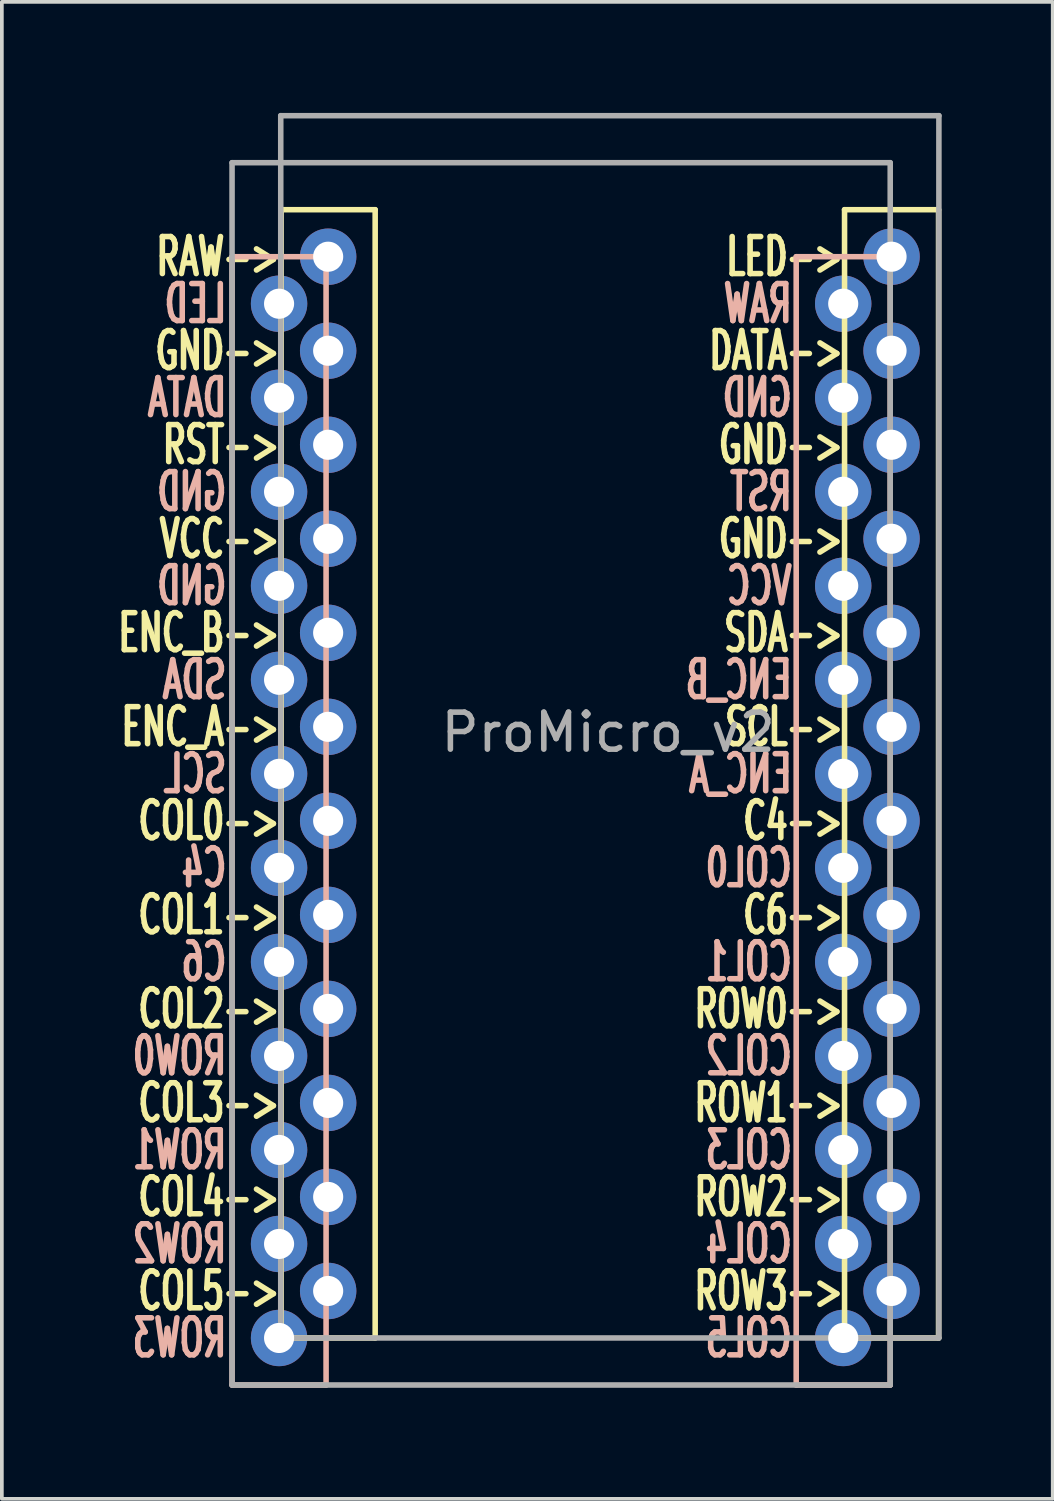
<source format=kicad_pcb>
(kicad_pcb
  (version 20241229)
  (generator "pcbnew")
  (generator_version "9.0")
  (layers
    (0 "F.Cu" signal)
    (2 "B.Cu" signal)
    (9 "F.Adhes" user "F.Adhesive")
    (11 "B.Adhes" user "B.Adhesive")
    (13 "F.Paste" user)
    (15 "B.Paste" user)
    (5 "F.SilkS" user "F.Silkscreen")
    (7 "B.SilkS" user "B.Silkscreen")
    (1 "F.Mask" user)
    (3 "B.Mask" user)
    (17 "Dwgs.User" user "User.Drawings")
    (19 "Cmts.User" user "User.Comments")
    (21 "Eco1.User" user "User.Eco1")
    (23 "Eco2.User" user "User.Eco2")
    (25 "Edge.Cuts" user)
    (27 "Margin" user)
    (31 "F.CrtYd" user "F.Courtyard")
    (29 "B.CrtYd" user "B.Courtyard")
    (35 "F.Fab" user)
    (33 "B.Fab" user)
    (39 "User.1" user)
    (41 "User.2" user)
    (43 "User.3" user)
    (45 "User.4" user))
  (footprint "ProMicro_v2"
    (layer "F.Cu")
    (at 13.379 18.363)
    (property "Reference" "ProMicro_v2" (at 0 -1.63 0) (layer "F.Fab") (effects (font (size 1 1) (thickness 0.15))))
    (attr through_hole)
    (fp_line (start -8.834 -15.748) (end -6.294 -15.748) (stroke (width 0.15) (type solid)) (layer "F.SilkS"))
    (fp_line (start -8.834 14.732) (end -8.834 -15.748) (stroke (width 0.15) (type solid)) (layer "F.SilkS"))
    (fp_line (start -6.294 -15.748) (end -6.294 14.732) (stroke (width 0.15) (type solid)) (layer "F.SilkS"))
    (fp_line (start -6.294 14.732) (end -8.834 14.732) (stroke (width 0.15) (type solid)) (layer "F.SilkS"))
    (fp_line (start 6.386 -15.748) (end 8.926 -15.748) (stroke (width 0.15) (type solid)) (layer "F.SilkS"))
    (fp_line (start 6.386 14.732) (end 6.386 -15.748) (stroke (width 0.15) (type solid)) (layer "F.SilkS"))
    (fp_line (start 8.926 -15.748) (end 8.926 14.732) (stroke (width 0.15) (type solid)) (layer "F.SilkS"))
    (fp_line (start 8.926 14.732) (end 6.386 14.732) (stroke (width 0.15) (type solid)) (layer "F.SilkS"))
    (fp_line (start -10.16 -14.478) (end -7.62 -14.478) (stroke (width 0.15) (type solid)) (layer "B.SilkS"))
    (fp_line (start -10.16 16.002) (end -10.16 -14.478) (stroke (width 0.15) (type solid)) (layer "B.SilkS"))
    (fp_line (start -7.62 -14.478) (end -7.62 16.002) (stroke (width 0.15) (type solid)) (layer "B.SilkS"))
    (fp_line (start -7.62 16.002) (end -10.16 16.002) (stroke (width 0.15) (type solid)) (layer "B.SilkS"))
    (fp_line (start 5.08 -14.478) (end 7.62 -14.478) (stroke (width 0.15) (type solid)) (layer "B.SilkS"))
    (fp_line (start 5.08 16.002) (end 5.08 -14.478) (stroke (width 0.15) (type solid)) (layer "B.SilkS"))
    (fp_line (start 7.62 -14.478) (end 7.62 16.002) (stroke (width 0.15) (type solid)) (layer "B.SilkS"))
    (fp_line (start 7.62 16.002) (end 5.08 16.002) (stroke (width 0.15) (type solid)) (layer "B.SilkS"))
    (fp_line (start -10.16 -17.018) (end 7.62 -17.018) (stroke (width 0.15) (type solid)) (layer "F.Fab"))
    (fp_line (start -10.16 16.002) (end -10.16 -17.018) (stroke (width 0.15) (type solid)) (layer "F.Fab"))
    (fp_line (start -8.845 -18.288) (end 8.935 -18.288) (stroke (width 0.15) (type solid)) (layer "F.Fab"))
    (fp_line (start -8.845 14.732) (end -8.845 -18.288) (stroke (width 0.15) (type solid)) (layer "F.Fab"))
    (fp_line (start 7.62 -17.018) (end 7.62 16.002) (stroke (width 0.15) (type solid)) (layer "F.Fab"))
    (fp_line (start 7.62 16.002) (end -10.16 16.002) (stroke (width 0.15) (type solid)) (layer "F.Fab"))
    (fp_line (start 8.935 -18.288) (end 8.935 14.732) (stroke (width 0.15) (type solid)) (layer "F.Fab"))
    (fp_line (start 8.935 14.732) (end -8.845 14.732) (stroke (width 0.15) (type solid)) (layer "F.Fab"))
    (fp_text user "COL3->" (at -10.786 8.382 0) (layer "F.SilkS") (effects (font (size 1 0.6) (thickness 0.15))))
    (fp_text user "ENC_A->" (at -11.014 -1.778 0) (layer "F.SilkS") (effects (font (size 1 0.6) (thickness 0.15))))
    (fp_text user "ROW2->" (at 4.336 10.922 0) (layer "F.SilkS") (effects (font (size 1 0.6) (thickness 0.15))))
    (fp_text user "SCL->" (at 4.75 -1.778 0) (layer "F.SilkS") (effects (font (size 1 0.6) (thickness 0.15))))
    (fp_text user "ENC_B->" (at -11.057 -4.318 0) (layer "F.SilkS") (effects (font (size 1 0.6) (thickness 0.15))))
    (fp_text user "GND->" (at -10.557 -11.938 0) (layer "F.SilkS") (effects (font (size 1 0.6) (thickness 0.15))))
    (fp_text user "COL2->" (at -10.786 5.842 0) (layer "F.SilkS") (effects (font (size 1 0.6) (thickness 0.15))))
    (fp_text user "ROW0->" (at 4.336 5.842 0) (layer "F.SilkS") (effects (font (size 1 0.6) (thickness 0.15))))
    (fp_text user "GND->" (at 4.664 -9.398 0) (layer "F.SilkS") (effects (font (size 1 0.6) (thickness 0.15))))
    (fp_text user "C6->" (at 4.993 3.302 0) (layer "F.SilkS") (effects (font (size 1 0.6) (thickness 0.15))))
    (fp_text user "ROW3->" (at 4.336 13.462 0) (layer "F.SilkS") (effects (font (size 1 0.6) (thickness 0.15))))
    (fp_text user "VCC->" (at -10.5 -6.858 0) (layer "F.SilkS") (effects (font (size 1 0.6) (thickness 0.15))))
    (fp_text user "COL1->" (at -10.786 3.302 0) (layer "F.SilkS") (effects (font (size 1 0.6) (thickness 0.15))))
    (fp_text user "ROW1->" (at 4.336 8.382 0) (layer "F.SilkS") (effects (font (size 1 0.6) (thickness 0.15))))
    (fp_text user "C4->" (at 4.993 0.762 0) (layer "F.SilkS") (effects (font (size 1 0.6) (thickness 0.15))))
    (fp_text user "COL4->" (at -10.786 10.922 0) (layer "F.SilkS") (effects (font (size 1 0.6) (thickness 0.15))))
    (fp_text user "LED->" (at 4.764 -14.478 0) (layer "F.SilkS") (effects (font (size 1 0.6) (thickness 0.15))))
    (fp_text user "GND->" (at 4.664 -6.858 0) (layer "F.SilkS") (effects (font (size 1 0.6) (thickness 0.15))))
    (fp_text user "SDA->" (at 4.736 -4.318 0) (layer "F.SilkS") (effects (font (size 1 0.6) (thickness 0.15))))
    (fp_text user "COL0->" (at -10.786 0.762 0) (layer "F.SilkS") (effects (font (size 1 0.6) (thickness 0.15))))
    (fp_text user "DATA->" (at 4.536 -11.938 0) (layer "F.SilkS") (effects (font (size 1 0.6) (thickness 0.15))))
    (fp_text user "RST->" (at -10.457 -9.398 0) (layer "F.SilkS") (effects (font (size 1 0.6) (thickness 0.15))))
    (fp_text user "RAW->" (at -10.543 -14.478 0) (layer "F.SilkS") (effects (font (size 1 0.6) (thickness 0.15))))
    (fp_text user "COL5->" (at -10.786 13.462 0) (layer "F.SilkS") (effects (font (size 1 0.6) (thickness 0.15))))
    (fp_text user " " (at -0.5 -17.25 0) (layer "F.SilkS") (effects (font (size 1 1) (thickness 0.15))))
    (fp_text user "COL4" (at 3.798 12.192 0) (layer "B.SilkS") (effects (font (size 1 0.6) (thickness 0.15)) (justify mirror)))
    (fp_text user "ENC_B" (at 3.527 -3.048 0) (layer "B.SilkS") (effects (font (size 1 0.6) (thickness 0.15)) (justify mirror)))
    (fp_text user "DATA" (at -11.378 -10.668 0) (layer "B.SilkS") (effects (font (size 1 0.6) (thickness 0.15)) (justify mirror)))
    (fp_text user "SCL" (at -11.163 -0.508 0) (layer "B.SilkS") (effects (font (size 1 0.6) (thickness 0.15)) (justify mirror)))
    (fp_text user "GND" (at -11.249 -8.128 0) (layer "B.SilkS") (effects (font (size 1 0.6) (thickness 0.15)) (justify mirror)))
    (fp_text user "C4" (at -10.92 2.032 0) (layer "B.SilkS") (effects (font (size 1 0.6) (thickness 0.15)) (justify mirror)))
    (fp_text user "COL5" (at 3.798 14.732 0) (layer "B.SilkS") (effects (font (size 1 0.6) (thickness 0.15)) (justify mirror)))
    (fp_text user "GND" (at -11.249 -5.588 0) (layer "B.SilkS") (effects (font (size 1 0.6) (thickness 0.15)) (justify mirror)))
    (fp_text user "ROW0" (at -11.578 7.112 0) (layer "B.SilkS") (effects (font (size 1 0.6) (thickness 0.15)) (justify mirror)))
    (fp_text user "COL2" (at 3.798 7.112 0) (layer "B.SilkS") (effects (font (size 1 0.6) (thickness 0.15)) (justify mirror)))
    (fp_text user "RST" (at 4.127 -8.128 0) (layer "B.SilkS") (effects (font (size 1 0.6) (thickness 0.15)) (justify mirror)))
    (fp_text user "SDA" (at -11.178 -3.048 0) (layer "B.SilkS") (effects (font (size 1 0.6) (thickness 0.15)) (justify mirror)))
    (fp_text user "LED" (at -11.149 -13.208 0) (layer "B.SilkS") (effects (font (size 1 0.6) (thickness 0.15)) (justify mirror)))
    (fp_text user "ROW1" (at -11.578 9.652 0) (layer "B.SilkS") (effects (font (size 1 0.6) (thickness 0.15)) (justify mirror)))
    (fp_text user "GND" (at 4.027 -10.668 0) (layer "B.SilkS") (effects (font (size 1 0.6) (thickness 0.15)) (justify mirror)))
    (fp_text user "C6" (at -10.92 4.572 0) (layer "B.SilkS") (effects (font (size 1 0.6) (thickness 0.15)) (justify mirror)))
    (fp_text user "VCC" (at 4.084 -5.588 0) (layer "B.SilkS") (effects (font (size 1 0.6) (thickness 0.15)) (justify mirror)))
    (fp_text user "RAW" (at 4.041 -13.208 0) (layer "B.SilkS") (effects (font (size 1 0.6) (thickness 0.15)) (justify mirror)))
    (fp_text user "ROW2" (at -11.578 12.192 0) (layer "B.SilkS") (effects (font (size 1 0.6) (thickness 0.15)) (justify mirror)))
    (fp_text user "COL1" (at 3.798 4.572 0) (layer "B.SilkS") (effects (font (size 1 0.6) (thickness 0.15)) (justify mirror)))
    (fp_text user " " (at -1.206 -16.256 0) (layer "B.SilkS") (effects (font (size 1 1) (thickness 0.15)) (justify mirror)))
    (fp_text user "ENC_A" (at 3.57 -0.508 0) (layer "B.SilkS") (effects (font (size 1 0.6) (thickness 0.15)) (justify mirror)))
    (fp_text user "ROW3" (at -11.578 14.732 0) (layer "B.SilkS") (effects (font (size 1 0.6) (thickness 0.15)) (justify mirror)))
    (fp_text user "COL0" (at 3.798 2.032 0) (layer "B.SilkS") (effects (font (size 1 0.6) (thickness 0.15)) (justify mirror)))
    (fp_text user "COL3" (at 3.798 9.652 0) (layer "B.SilkS") (effects (font (size 1 0.6) (thickness 0.15)) (justify mirror)))
    (pad "1" thru_hole circle (at -8.89 -13.208) (size 1.524 1.524) (drill 0.813) (layers "*.Cu" "F.Mask"))
    (pad "1" thru_hole circle (at 7.656 -14.478) (size 1.524 1.524) (drill 0.813) (layers "*.Cu" "B.Mask"))
    (pad "2" thru_hole circle (at -8.89 -10.668) (size 1.524 1.524) (drill 0.813) (layers "*.Cu" "F.Mask"))
    (pad "2" thru_hole circle (at 7.656 -11.938) (size 1.524 1.524) (drill 0.813) (layers "*.Cu" "B.Mask"))
    (pad "3" thru_hole circle (at -8.89 -8.128) (size 1.524 1.524) (drill 0.813) (layers "*.Cu" "F.Mask"))
    (pad "3" thru_hole circle (at 7.656 -9.398) (size 1.524 1.524) (drill 0.813) (layers "*.Cu" "B.Mask"))
    (pad "4" thru_hole circle (at -8.89 -5.588) (size 1.524 1.524) (drill 0.813) (layers "*.Cu" "F.Mask"))
    (pad "4" thru_hole circle (at 7.656 -6.858) (size 1.524 1.524) (drill 0.813) (layers "*.Cu" "B.Mask"))
    (pad "5" thru_hole circle (at -8.89 -3.048) (size 1.524 1.524) (drill 0.813) (layers "*.Cu" "F.Mask"))
    (pad "5" thru_hole circle (at 7.656 -4.318) (size 1.524 1.524) (drill 0.813) (layers "*.Cu" "B.Mask"))
    (pad "6" thru_hole circle (at -8.89 -0.508) (size 1.524 1.524) (drill 0.813) (layers "*.Cu" "F.Mask"))
    (pad "6" thru_hole circle (at 7.656 -1.778) (size 1.524 1.524) (drill 0.813) (layers "*.Cu" "B.Mask"))
    (pad "7" thru_hole circle (at -8.89 2.032) (size 1.524 1.524) (drill 0.813) (layers "*.Cu" "F.Mask"))
    (pad "7" thru_hole circle (at 7.656 0.762) (size 1.524 1.524) (drill 0.813) (layers "*.Cu" "B.Mask"))
    (pad "8" thru_hole circle (at -8.89 4.572) (size 1.524 1.524) (drill 0.813) (layers "*.Cu" "F.Mask"))
    (pad "8" thru_hole circle (at 7.656 3.302) (size 1.524 1.524) (drill 0.813) (layers "*.Cu" "B.Mask"))
    (pad "9" thru_hole circle (at -8.89 7.112) (size 1.524 1.524) (drill 0.813) (layers "*.Cu" "F.Mask"))
    (pad "9" thru_hole circle (at 7.656 5.842) (size 1.524 1.524) (drill 0.813) (layers "*.Cu" "B.Mask"))
    (pad "10" thru_hole circle (at -8.89 9.652) (size 1.524 1.524) (drill 0.813) (layers "*.Cu" "F.Mask"))
    (pad "10" thru_hole circle (at 7.656 8.382) (size 1.524 1.524) (drill 0.813) (layers "*.Cu" "B.Mask"))
    (pad "11" thru_hole circle (at -8.89 12.192) (size 1.524 1.524) (drill 0.813) (layers "*.Cu" "F.Mask"))
    (pad "11" thru_hole circle (at 7.656 10.922) (size 1.524 1.524) (drill 0.813) (layers "*.Cu" "B.Mask"))
    (pad "12" thru_hole circle (at -8.89 14.732) (size 1.524 1.524) (drill 0.813) (layers "*.Cu" "F.Mask"))
    (pad "12" thru_hole circle (at 7.656 13.462) (size 1.524 1.524) (drill 0.813) (layers "*.Cu" "B.Mask"))
    (pad "13" thru_hole circle (at -7.564 13.462) (size 1.524 1.524) (drill 0.813) (layers "*.Cu" "B.Mask"))
    (pad "13" thru_hole circle (at 6.35 14.732) (size 1.524 1.524) (drill 0.813) (layers "*.Cu" "F.Mask"))
    (pad "14" thru_hole circle (at -7.564 10.922) (size 1.524 1.524) (drill 0.813) (layers "*.Cu" "B.Mask"))
    (pad "14" thru_hole circle (at 6.35 12.192) (size 1.524 1.524) (drill 0.813) (layers "*.Cu" "F.Mask"))
    (pad "15" thru_hole circle (at -7.564 8.382) (size 1.524 1.524) (drill 0.813) (layers "*.Cu" "B.Mask"))
    (pad "15" thru_hole circle (at 6.35 9.652) (size 1.524 1.524) (drill 0.813) (layers "*.Cu" "F.Mask"))
    (pad "16" thru_hole circle (at -7.564 5.842) (size 1.524 1.524) (drill 0.813) (layers "*.Cu" "B.Mask"))
    (pad "16" thru_hole circle (at 6.35 7.112) (size 1.524 1.524) (drill 0.813) (layers "*.Cu" "F.Mask"))
    (pad "17" thru_hole circle (at -7.564 3.302) (size 1.524 1.524) (drill 0.813) (layers "*.Cu" "B.Mask"))
    (pad "17" thru_hole circle (at 6.35 4.572) (size 1.524 1.524) (drill 0.813) (layers "*.Cu" "F.Mask"))
    (pad "18" thru_hole circle (at -7.564 0.762) (size 1.524 1.524) (drill 0.813) (layers "*.Cu" "B.Mask"))
    (pad "18" thru_hole circle (at 6.35 2.032) (size 1.524 1.524) (drill 0.813) (layers "*.Cu" "F.Mask"))
    (pad "19" thru_hole circle (at -7.564 -1.778) (size 1.524 1.524) (drill 0.813) (layers "*.Cu" "B.Mask"))
    (pad "19" thru_hole circle (at 6.35 -0.508) (size 1.524 1.524) (drill 0.813) (layers "*.Cu" "F.Mask"))
    (pad "20" thru_hole circle (at -7.564 -4.318) (size 1.524 1.524) (drill 0.813) (layers "*.Cu" "B.Mask"))
    (pad "20" thru_hole circle (at 6.35 -3.048) (size 1.524 1.524) (drill 0.813) (layers "*.Cu" "F.Mask"))
    (pad "21" thru_hole circle (at -7.564 -6.858) (size 1.524 1.524) (drill 0.813) (layers "*.Cu" "B.Mask"))
    (pad "21" thru_hole circle (at 6.35 -5.588) (size 1.524 1.524) (drill 0.813) (layers "*.Cu" "F.Mask"))
    (pad "22" thru_hole circle (at -7.564 -9.398) (size 1.524 1.524) (drill 0.813) (layers "*.Cu" "B.Mask"))
    (pad "22" thru_hole circle (at 6.35 -8.128) (size 1.524 1.524) (drill 0.813) (layers "*.Cu" "F.Mask"))
    (pad "23" thru_hole circle (at -7.564 -11.938) (size 1.524 1.524) (drill 0.813) (layers "*.Cu" "B.Mask"))
    (pad "23" thru_hole circle (at 6.35 -10.668) (size 1.524 1.524) (drill 0.813) (layers "*.Cu" "F.Mask"))
    (pad "24" thru_hole circle (at -7.564 -14.478) (size 1.524 1.524) (drill 0.813) (layers "*.Cu" "B.Mask"))
    (pad "24" thru_hole circle (at 6.35 -13.208) (size 1.524 1.524) (drill 0.813) (layers "*.Cu" "F.Mask")))
  (gr_rect
    (start -3 -3)
    (end 25.389 37.44)
    (stroke (width 0.1) (type default))
    (fill no)
    (layer "Edge.Cuts")))
</source>
